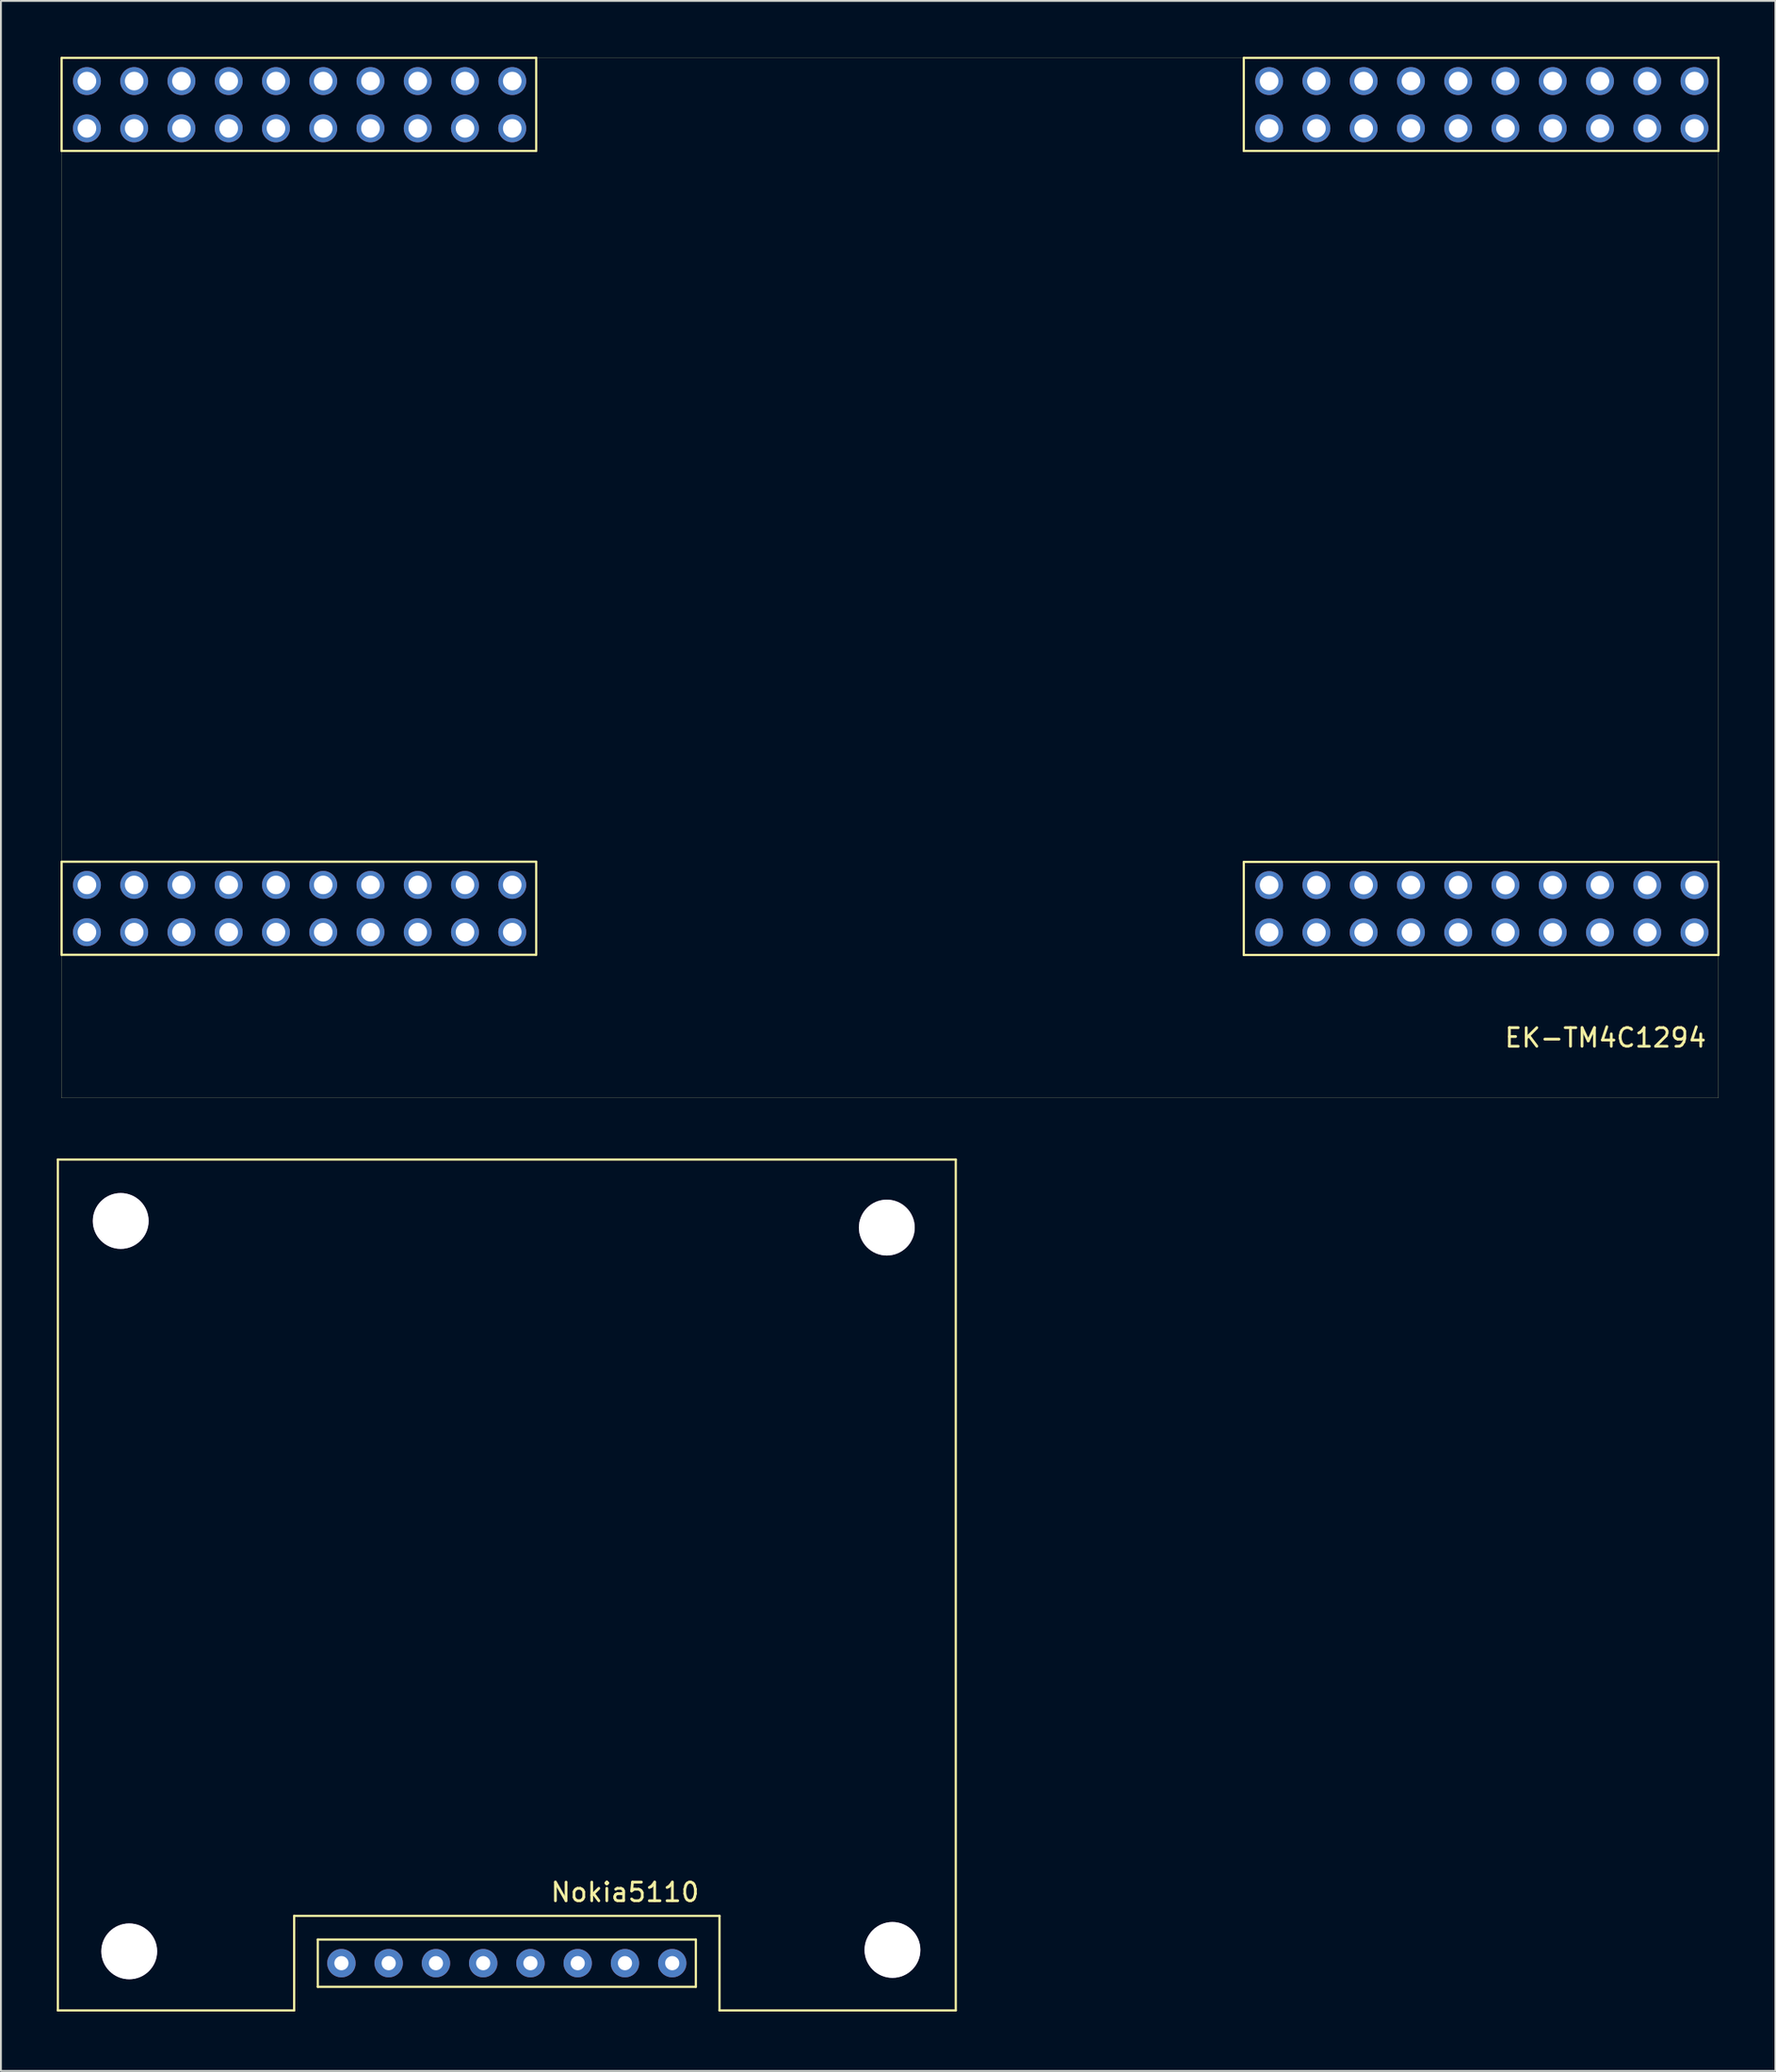
<source format=kicad_pcb>
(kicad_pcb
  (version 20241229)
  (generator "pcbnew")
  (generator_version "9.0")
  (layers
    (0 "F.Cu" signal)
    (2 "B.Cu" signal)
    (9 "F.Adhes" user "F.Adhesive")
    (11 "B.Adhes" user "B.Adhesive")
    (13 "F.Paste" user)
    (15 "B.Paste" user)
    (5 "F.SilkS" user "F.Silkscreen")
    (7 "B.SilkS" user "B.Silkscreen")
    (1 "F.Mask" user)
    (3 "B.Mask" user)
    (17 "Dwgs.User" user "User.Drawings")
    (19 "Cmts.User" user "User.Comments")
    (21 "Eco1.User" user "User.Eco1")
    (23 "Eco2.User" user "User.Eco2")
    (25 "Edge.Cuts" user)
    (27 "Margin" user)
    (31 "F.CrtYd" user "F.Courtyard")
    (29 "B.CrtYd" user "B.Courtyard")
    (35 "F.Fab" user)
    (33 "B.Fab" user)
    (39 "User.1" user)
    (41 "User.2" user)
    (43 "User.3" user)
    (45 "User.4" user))
  (footprint "EK-TM4C1294"
    (layer "F.Cu")
    (at 0.25 55.94)
    (property "Reference" "EK-TM4C1294" (at 82.99 -3.23 0) (layer "F.SilkS") (effects (font (size 1 1) (thickness 0.15))))
    (attr through_hole)
    (fp_line (start 0 -55.89) (end 0 0) (stroke (width 0.01) (type solid)) (layer "F.SilkS"))
    (fp_line (start 0 0) (end 89.06 0) (stroke (width 0.01) (type solid)) (layer "F.SilkS"))
    (fp_line (start 0.01 -55.88) (end 0.01 -50.88) (stroke (width 0.12) (type solid)) (layer "F.SilkS"))
    (fp_line (start 0.01 -12.69) (end 0.01 -7.69) (stroke (width 0.12) (type solid)) (layer "F.SilkS"))
    (fp_line (start 0.02 -55.88) (end 89.06 -55.88) (stroke (width 0.01) (type solid)) (layer "F.SilkS"))
    (fp_line (start 25.51 -50.88) (end 0.01 -50.88) (stroke (width 0.12) (type solid)) (layer "F.SilkS"))
    (fp_line (start 25.51 -7.69) (end 0.01 -7.69) (stroke (width 0.12) (type solid)) (layer "F.SilkS"))
    (fp_line (start 25.52 -55.88) (end 0.02 -55.88) (stroke (width 0.12) (type solid)) (layer "F.SilkS"))
    (fp_line (start 25.52 -55.88) (end 25.52 -50.88) (stroke (width 0.12) (type solid)) (layer "F.SilkS"))
    (fp_line (start 25.52 -12.69) (end 0.02 -12.69) (stroke (width 0.12) (type solid)) (layer "F.SilkS"))
    (fp_line (start 25.52 -12.69) (end 25.52 -7.69) (stroke (width 0.12) (type solid)) (layer "F.SilkS"))
    (fp_line (start 63.55 -55.88) (end 63.55 -50.88) (stroke (width 0.12) (type solid)) (layer "F.SilkS"))
    (fp_line (start 63.55 -12.68) (end 63.55 -7.68) (stroke (width 0.12) (type solid)) (layer "F.SilkS"))
    (fp_line (start 89.05 -50.88) (end 63.55 -50.88) (stroke (width 0.12) (type solid)) (layer "F.SilkS"))
    (fp_line (start 89.05 -7.68) (end 63.55 -7.68) (stroke (width 0.12) (type solid)) (layer "F.SilkS"))
    (fp_line (start 89.06 -55.88) (end 63.56 -55.88) (stroke (width 0.12) (type solid)) (layer "F.SilkS"))
    (fp_line (start 89.06 -55.88) (end 89.06 -50.88) (stroke (width 0.12) (type solid)) (layer "F.SilkS"))
    (fp_line (start 89.06 -55.88) (end 89.06 0) (stroke (width 0.01) (type solid)) (layer "F.SilkS"))
    (fp_line (start 89.06 -12.68) (end 63.56 -12.68) (stroke (width 0.12) (type solid)) (layer "F.SilkS"))
    (fp_line (start 89.06 -12.68) (end 89.06 -7.68) (stroke (width 0.12) (type solid)) (layer "F.SilkS"))
    (pad "1A" thru_hole circle (at 87.772 -54.634) (size 1.5 1.5) (drill 1) (layers "*.Cu" "*.Mask"))
    (pad "1B" thru_hole circle (at 87.772 -11.434) (size 1.5 1.5) (drill 1) (layers "*.Cu" "*.Mask"))
    (pad "1C" thru_hole circle (at 24.232 -54.634) (size 1.5 1.5) (drill 1) (layers "*.Cu" "*.Mask"))
    (pad "1D" thru_hole circle (at 24.232 -11.444) (size 1.5 1.5) (drill 1) (layers "*.Cu" "*.Mask"))
    (pad "2A" thru_hole circle (at 87.772 -52.094) (size 1.5 1.5) (drill 1) (layers "*.Cu" "*.Mask"))
    (pad "2B" thru_hole circle (at 87.772 -8.894) (size 1.5 1.5) (drill 1) (layers "*.Cu" "*.Mask"))
    (pad "2C" thru_hole circle (at 24.232 -52.094) (size 1.5 1.5) (drill 1) (layers "*.Cu" "*.Mask"))
    (pad "2D" thru_hole circle (at 24.232 -8.904) (size 1.5 1.5) (drill 1) (layers "*.Cu" "*.Mask"))
    (pad "3A" thru_hole circle (at 85.232 -54.634) (size 1.5 1.5) (drill 1) (layers "*.Cu" "*.Mask"))
    (pad "3B" thru_hole circle (at 85.232 -11.434) (size 1.5 1.5) (drill 1) (layers "*.Cu" "*.Mask"))
    (pad "3C" thru_hole circle (at 21.692 -54.634) (size 1.5 1.5) (drill 1) (layers "*.Cu" "*.Mask"))
    (pad "3D" thru_hole circle (at 21.692 -11.444) (size 1.5 1.5) (drill 1) (layers "*.Cu" "*.Mask"))
    (pad "4A" thru_hole circle (at 85.232 -52.094) (size 1.5 1.5) (drill 1) (layers "*.Cu" "*.Mask"))
    (pad "4B" thru_hole circle (at 85.232 -8.894) (size 1.5 1.5) (drill 1) (layers "*.Cu" "*.Mask"))
    (pad "4C" thru_hole circle (at 21.692 -52.094) (size 1.5 1.5) (drill 1) (layers "*.Cu" "*.Mask"))
    (pad "4D" thru_hole circle (at 21.692 -8.904) (size 1.5 1.5) (drill 1) (layers "*.Cu" "*.Mask"))
    (pad "5A" thru_hole circle (at 82.692 -54.634) (size 1.5 1.5) (drill 1) (layers "*.Cu" "*.Mask"))
    (pad "5B" thru_hole circle (at 82.692 -11.434) (size 1.5 1.5) (drill 1) (layers "*.Cu" "*.Mask"))
    (pad "5C" thru_hole circle (at 19.152 -54.634) (size 1.5 1.5) (drill 1) (layers "*.Cu" "*.Mask"))
    (pad "5D" thru_hole circle (at 19.152 -11.444) (size 1.5 1.5) (drill 1) (layers "*.Cu" "*.Mask"))
    (pad "6A" thru_hole circle (at 82.692 -52.094) (size 1.5 1.5) (drill 1) (layers "*.Cu" "*.Mask"))
    (pad "6B" thru_hole circle (at 82.692 -8.894) (size 1.5 1.5) (drill 1) (layers "*.Cu" "*.Mask"))
    (pad "6C" thru_hole circle (at 19.152 -52.094) (size 1.5 1.5) (drill 1) (layers "*.Cu" "*.Mask"))
    (pad "6D" thru_hole circle (at 19.152 -8.904) (size 1.5 1.5) (drill 1) (layers "*.Cu" "*.Mask"))
    (pad "7A" thru_hole circle (at 80.152 -54.634) (size 1.5 1.5) (drill 1) (layers "*.Cu" "*.Mask"))
    (pad "7B" thru_hole circle (at 80.152 -11.434) (size 1.5 1.5) (drill 1) (layers "*.Cu" "*.Mask"))
    (pad "7C" thru_hole circle (at 16.612 -54.634) (size 1.5 1.5) (drill 1) (layers "*.Cu" "*.Mask"))
    (pad "7D" thru_hole circle (at 16.612 -11.444) (size 1.5 1.5) (drill 1) (layers "*.Cu" "*.Mask"))
    (pad "8A" thru_hole circle (at 80.152 -52.094) (size 1.5 1.5) (drill 1) (layers "*.Cu" "*.Mask"))
    (pad "8B" thru_hole circle (at 80.152 -8.894) (size 1.5 1.5) (drill 1) (layers "*.Cu" "*.Mask"))
    (pad "8C" thru_hole circle (at 16.612 -52.094) (size 1.5 1.5) (drill 1) (layers "*.Cu" "*.Mask"))
    (pad "8D" thru_hole circle (at 16.612 -8.904) (size 1.5 1.5) (drill 1) (layers "*.Cu" "*.Mask"))
    (pad "9A" thru_hole circle (at 77.612 -54.634) (size 1.5 1.5) (drill 1) (layers "*.Cu" "*.Mask"))
    (pad "9B" thru_hole circle (at 77.612 -11.434) (size 1.5 1.5) (drill 1) (layers "*.Cu" "*.Mask"))
    (pad "9C" thru_hole circle (at 14.072 -54.634) (size 1.5 1.5) (drill 1) (layers "*.Cu" "*.Mask"))
    (pad "9D" thru_hole circle (at 14.072 -11.444) (size 1.5 1.5) (drill 1) (layers "*.Cu" "*.Mask"))
    (pad "10A" thru_hole circle (at 77.612 -52.094) (size 1.5 1.5) (drill 1) (layers "*.Cu" "*.Mask"))
    (pad "10B" thru_hole circle (at 77.612 -8.894) (size 1.5 1.5) (drill 1) (layers "*.Cu" "*.Mask"))
    (pad "10C" thru_hole circle (at 14.072 -52.094) (size 1.5 1.5) (drill 1) (layers "*.Cu" "*.Mask"))
    (pad "10D" thru_hole circle (at 14.072 -8.904) (size 1.5 1.5) (drill 1) (layers "*.Cu" "*.Mask"))
    (pad "11A" thru_hole circle (at 75.072 -54.634) (size 1.5 1.5) (drill 1) (layers "*.Cu" "*.Mask"))
    (pad "11B" thru_hole circle (at 75.072 -11.434) (size 1.5 1.5) (drill 1) (layers "*.Cu" "*.Mask"))
    (pad "11C" thru_hole circle (at 11.532 -54.634) (size 1.5 1.5) (drill 1) (layers "*.Cu" "*.Mask"))
    (pad "11D" thru_hole circle (at 11.532 -11.444) (size 1.5 1.5) (drill 1) (layers "*.Cu" "*.Mask"))
    (pad "12A" thru_hole circle (at 75.072 -52.094) (size 1.5 1.5) (drill 1) (layers "*.Cu" "*.Mask"))
    (pad "12B" thru_hole circle (at 75.072 -8.894) (size 1.5 1.5) (drill 1) (layers "*.Cu" "*.Mask"))
    (pad "12C" thru_hole circle (at 11.532 -52.094) (size 1.5 1.5) (drill 1) (layers "*.Cu" "*.Mask"))
    (pad "12D" thru_hole circle (at 11.532 -8.904) (size 1.5 1.5) (drill 1) (layers "*.Cu" "*.Mask"))
    (pad "13A" thru_hole circle (at 72.532 -54.634) (size 1.5 1.5) (drill 1) (layers "*.Cu" "*.Mask"))
    (pad "13B" thru_hole circle (at 72.532 -11.434) (size 1.5 1.5) (drill 1) (layers "*.Cu" "*.Mask"))
    (pad "13C" thru_hole circle (at 8.992 -54.634) (size 1.5 1.5) (drill 1) (layers "*.Cu" "*.Mask"))
    (pad "13D" thru_hole circle (at 8.992 -11.444) (size 1.5 1.5) (drill 1) (layers "*.Cu" "*.Mask"))
    (pad "14A" thru_hole circle (at 72.532 -52.094) (size 1.5 1.5) (drill 1) (layers "*.Cu" "*.Mask"))
    (pad "14B" thru_hole circle (at 72.532 -8.894) (size 1.5 1.5) (drill 1) (layers "*.Cu" "*.Mask"))
    (pad "14C" thru_hole circle (at 8.992 -52.094) (size 1.5 1.5) (drill 1) (layers "*.Cu" "*.Mask"))
    (pad "14D" thru_hole circle (at 8.992 -8.904) (size 1.5 1.5) (drill 1) (layers "*.Cu" "*.Mask"))
    (pad "15A" thru_hole circle (at 69.992 -54.634) (size 1.5 1.5) (drill 1) (layers "*.Cu" "*.Mask"))
    (pad "15B" thru_hole circle (at 69.992 -11.434) (size 1.5 1.5) (drill 1) (layers "*.Cu" "*.Mask"))
    (pad "15C" thru_hole circle (at 6.452 -54.634) (size 1.5 1.5) (drill 1) (layers "*.Cu" "*.Mask"))
    (pad "15D" thru_hole circle (at 6.452 -11.444) (size 1.5 1.5) (drill 1) (layers "*.Cu" "*.Mask"))
    (pad "16A" thru_hole circle (at 69.992 -52.094) (size 1.5 1.5) (drill 1) (layers "*.Cu" "*.Mask"))
    (pad "16B" thru_hole circle (at 69.992 -8.894) (size 1.5 1.5) (drill 1) (layers "*.Cu" "*.Mask"))
    (pad "16C" thru_hole circle (at 6.452 -52.094) (size 1.5 1.5) (drill 1) (layers "*.Cu" "*.Mask"))
    (pad "16D" thru_hole circle (at 6.452 -8.904) (size 1.5 1.5) (drill 1) (layers "*.Cu" "*.Mask"))
    (pad "17A" thru_hole circle (at 67.452 -54.634) (size 1.5 1.5) (drill 1) (layers "*.Cu" "*.Mask"))
    (pad "17B" thru_hole circle (at 67.452 -11.434) (size 1.5 1.5) (drill 1) (layers "*.Cu" "*.Mask"))
    (pad "17C" thru_hole circle (at 3.912 -54.634) (size 1.5 1.5) (drill 1) (layers "*.Cu" "*.Mask"))
    (pad "17D" thru_hole circle (at 3.912 -11.444) (size 1.5 1.5) (drill 1) (layers "*.Cu" "*.Mask"))
    (pad "18A" thru_hole circle (at 67.452 -52.094) (size 1.5 1.5) (drill 1) (layers "*.Cu" "*.Mask"))
    (pad "18B" thru_hole circle (at 67.452 -8.894) (size 1.5 1.5) (drill 1) (layers "*.Cu" "*.Mask"))
    (pad "18C" thru_hole circle (at 3.912 -52.094) (size 1.5 1.5) (drill 1) (layers "*.Cu" "*.Mask"))
    (pad "18D" thru_hole circle (at 3.912 -8.904) (size 1.5 1.5) (drill 1) (layers "*.Cu" "*.Mask"))
    (pad "19A" thru_hole circle (at 64.912 -54.634) (size 1.5 1.5) (drill 1) (layers "*.Cu" "*.Mask"))
    (pad "19B" thru_hole circle (at 64.912 -11.434) (size 1.5 1.5) (drill 1) (layers "*.Cu" "*.Mask"))
    (pad "19C" thru_hole circle (at 1.372 -54.634) (size 1.5 1.5) (drill 1) (layers "*.Cu" "*.Mask"))
    (pad "19D" thru_hole circle (at 1.372 -11.444) (size 1.5 1.5) (drill 1) (layers "*.Cu" "*.Mask"))
    (pad "20A" thru_hole circle (at 64.912 -52.094) (size 1.5 1.5) (drill 1) (layers "*.Cu" "*.Mask"))
    (pad "20B" thru_hole circle (at 64.912 -8.894) (size 1.5 1.5) (drill 1) (layers "*.Cu" "*.Mask"))
    (pad "20C" thru_hole circle (at 1.372 -52.094) (size 1.5 1.5) (drill 1) (layers "*.Cu" "*.Mask"))
    (pad "20D" thru_hole circle (at 1.372 -8.904) (size 1.5 1.5) (drill 1) (layers "*.Cu" "*.Mask")))
  (footprint "Nokia5110"
    (layer "F.Cu")
    (at 24.19 104.97)
    (property "Reference" "Nokia5110" (at 6.35 -6.35 0) (layer "F.SilkS") (effects (font (size 1 1) (thickness 0.15))))
    (attr through_hole)
    (fp_line (start -24.13 -45.72) (end 24.13 -45.72) (stroke (width 0.12) (type solid)) (layer "F.SilkS"))
    (fp_line (start -24.13 0) (end -24.13 -45.72) (stroke (width 0.12) (type solid)) (layer "F.SilkS"))
    (fp_line (start -11.43 -5.08) (end -11.43 0) (stroke (width 0.12) (type solid)) (layer "F.SilkS"))
    (fp_line (start -11.43 0) (end -24.13 0) (stroke (width 0.12) (type solid)) (layer "F.SilkS"))
    (fp_line (start -10.16 -3.81) (end 10.16 -3.81) (stroke (width 0.12) (type solid)) (layer "F.SilkS"))
    (fp_line (start -10.16 -1.27) (end -10.16 -3.81) (stroke (width 0.12) (type solid)) (layer "F.SilkS"))
    (fp_line (start 10.16 -3.81) (end 10.16 -1.27) (stroke (width 0.12) (type solid)) (layer "F.SilkS"))
    (fp_line (start 10.16 -1.27) (end -10.16 -1.27) (stroke (width 0.12) (type solid)) (layer "F.SilkS"))
    (fp_line (start 11.43 -5.08) (end -11.43 -5.08) (stroke (width 0.12) (type solid)) (layer "F.SilkS"))
    (fp_line (start 11.43 0) (end 11.43 -5.08) (stroke (width 0.12) (type solid)) (layer "F.SilkS"))
    (fp_line (start 24.13 -45.72) (end 24.13 0) (stroke (width 0.12) (type solid)) (layer "F.SilkS"))
    (fp_line (start 24.13 0) (end 11.43 0) (stroke (width 0.12) (type solid)) (layer "F.SilkS"))
    (pad "0" thru_hole circle (at -20.752 -42.418) (size 3 3) (drill 3) (layers "*.Cu" "*.Mask"))
    (pad "0" thru_hole circle (at -20.295 -3.175) (size 3 3) (drill 3) (layers "*.Cu" "*.Mask"))
    (pad "0" thru_hole circle (at 20.422 -42.062) (size 3 3) (drill 3) (layers "*.Cu" "*.Mask"))
    (pad "0" thru_hole circle (at 20.726 -3.251) (size 3 3) (drill 3) (layers "*.Cu" "*.Mask"))
    (pad "1" thru_hole circle (at -8.89 -2.54) (size 1.524 1.524) (drill 0.762) (layers "*.Cu" "*.Mask"))
    (pad "2" thru_hole circle (at -6.35 -2.54) (size 1.524 1.524) (drill 0.762) (layers "*.Cu" "*.Mask"))
    (pad "3" thru_hole circle (at -3.81 -2.54) (size 1.524 1.524) (drill 0.762) (layers "*.Cu" "*.Mask"))
    (pad "4" thru_hole circle (at -1.27 -2.54) (size 1.524 1.524) (drill 0.762) (layers "*.Cu" "*.Mask"))
    (pad "5" thru_hole circle (at 1.27 -2.54) (size 1.524 1.524) (drill 0.762) (layers "*.Cu" "*.Mask"))
    (pad "6" thru_hole circle (at 3.81 -2.54) (size 1.524 1.524) (drill 0.762) (layers "*.Cu" "*.Mask"))
    (pad "7" thru_hole circle (at 6.35 -2.54) (size 1.524 1.524) (drill 0.762) (layers "*.Cu" "*.Mask"))
    (pad "8" thru_hole circle (at 8.89 -2.54) (size 1.524 1.524) (drill 0.762) (layers "*.Cu" "*.Mask")))
  (gr_rect
    (start -3 -3)
    (end 92.37 108.22)
    (stroke (width 0.1) (type default))
    (fill no)
    (layer "Edge.Cuts")))
</source>
